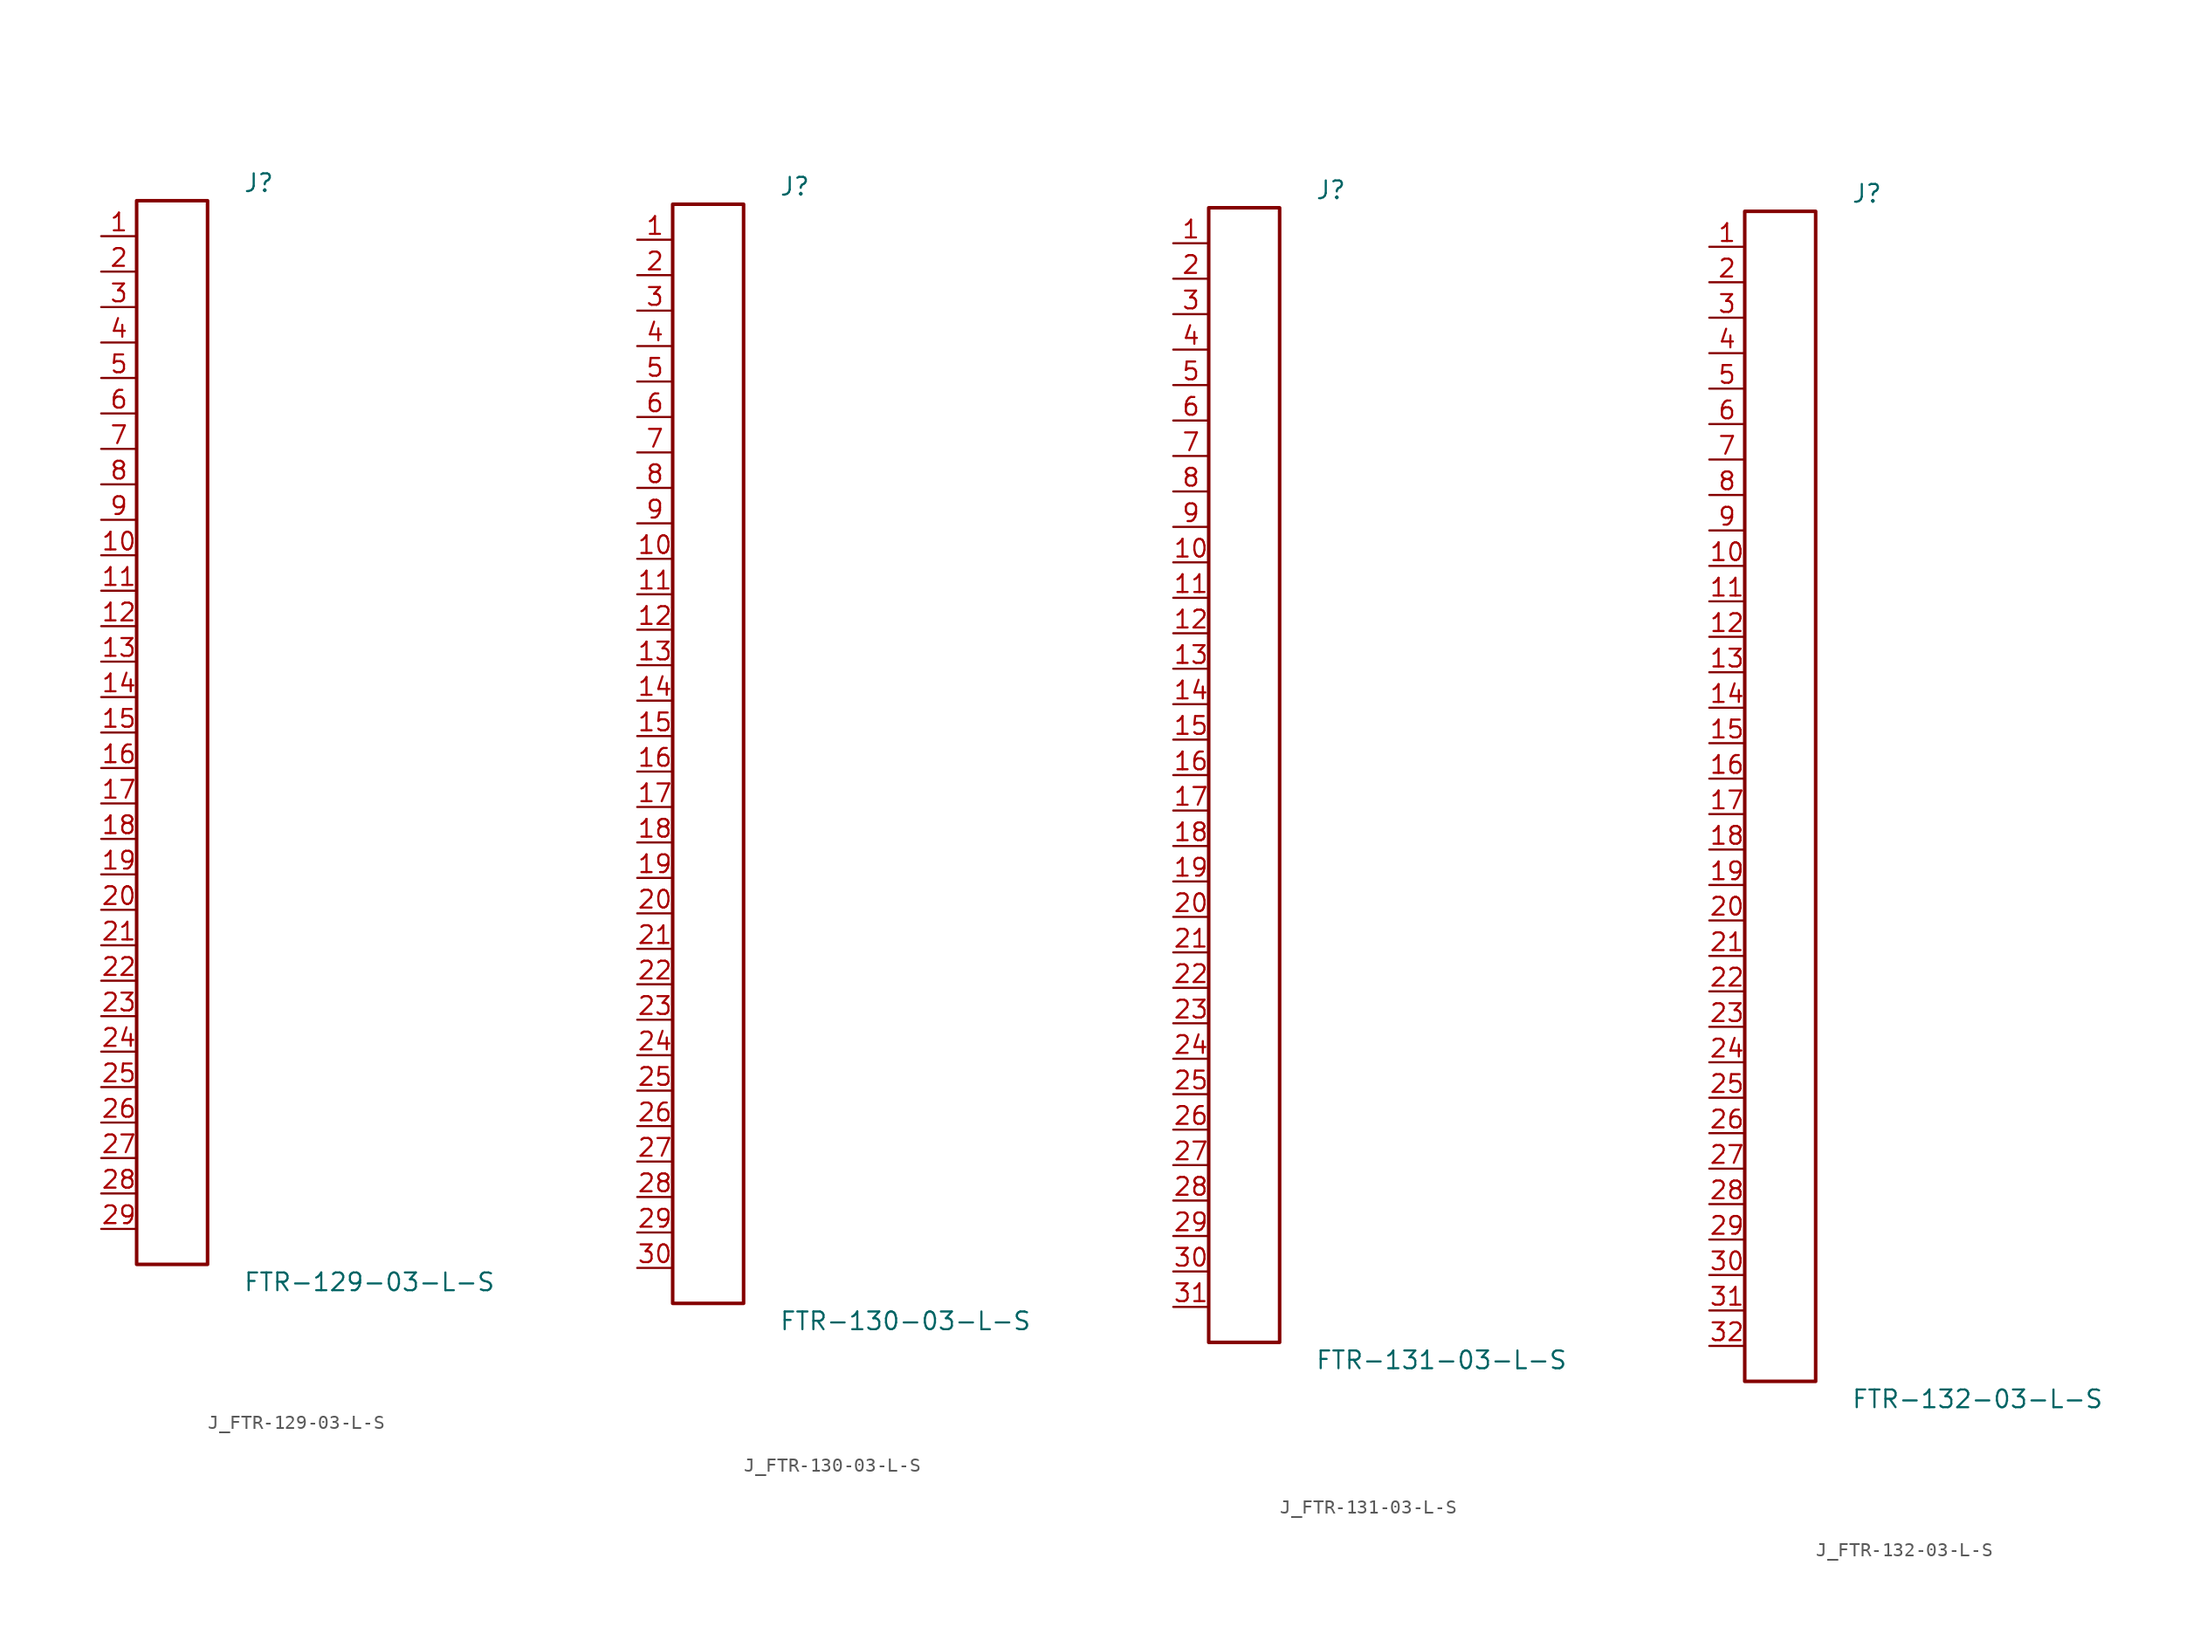
<source format=kicad_sym>
(kicad_symbol_lib
  (version 20231120)
  (generator kicad_symbol_editor)
  (generator_version 8.0)
  (symbol "J_FTR-129-03-L-S"
    (pin_names
      (offset 0.254))
    (property "Reference" "J"
      (at 5.08 39.37 0)
      (effects (font (size 1.27 1.27)) (justify left)))
    (property "Value" "FTR-129-03-L-S"
      (at 5.08 -39.37 0)
      (effects (font (size 1.27 1.27)) (justify left)))
    (symbol "J_FTR-129-03-L-S_0_0"
      (pin unspecified line (at -5.08 35.56 0) (length 2.54) (name "" (effects (font (size 1.27 1.27)))) (number "1" (effects (font (size 1.27 1.27)))))
      (pin unspecified line (at -5.08 33.02 0) (length 2.54) (name "" (effects (font (size 1.27 1.27)))) (number "2" (effects (font (size 1.27 1.27)))))
      (pin unspecified line (at -5.08 30.48 0) (length 2.54) (name "" (effects (font (size 1.27 1.27)))) (number "3" (effects (font (size 1.27 1.27)))))
      (pin unspecified line (at -5.08 27.94 0) (length 2.54) (name "" (effects (font (size 1.27 1.27)))) (number "4" (effects (font (size 1.27 1.27)))))
      (pin unspecified line (at -5.08 25.4 0) (length 2.54) (name "" (effects (font (size 1.27 1.27)))) (number "5" (effects (font (size 1.27 1.27)))))
      (pin unspecified line (at -5.08 22.86 0) (length 2.54) (name "" (effects (font (size 1.27 1.27)))) (number "6" (effects (font (size 1.27 1.27)))))
      (pin unspecified line (at -5.08 20.32 0) (length 2.54) (name "" (effects (font (size 1.27 1.27)))) (number "7" (effects (font (size 1.27 1.27)))))
      (pin unspecified line (at -5.08 17.78 0) (length 2.54) (name "" (effects (font (size 1.27 1.27)))) (number "8" (effects (font (size 1.27 1.27)))))
      (pin unspecified line (at -5.08 15.24 0) (length 2.54) (name "" (effects (font (size 1.27 1.27)))) (number "9" (effects (font (size 1.27 1.27)))))
      (pin unspecified line (at -5.08 12.7 0) (length 2.54) (name "" (effects (font (size 1.27 1.27)))) (number "10" (effects (font (size 1.27 1.27)))))
      (pin unspecified line (at -5.08 10.16 0) (length 2.54) (name "" (effects (font (size 1.27 1.27)))) (number "11" (effects (font (size 1.27 1.27)))))
      (pin unspecified line (at -5.08 7.62 0) (length 2.54) (name "" (effects (font (size 1.27 1.27)))) (number "12" (effects (font (size 1.27 1.27)))))
      (pin unspecified line (at -5.08 5.08 0) (length 2.54) (name "" (effects (font (size 1.27 1.27)))) (number "13" (effects (font (size 1.27 1.27)))))
      (pin unspecified line (at -5.08 2.54 0) (length 2.54) (name "" (effects (font (size 1.27 1.27)))) (number "14" (effects (font (size 1.27 1.27)))))
      (pin unspecified line (at -5.08 0.0 0) (length 2.54) (name "" (effects (font (size 1.27 1.27)))) (number "15" (effects (font (size 1.27 1.27)))))
      (pin unspecified line (at -5.08 -2.54 0) (length 2.54) (name "" (effects (font (size 1.27 1.27)))) (number "16" (effects (font (size 1.27 1.27)))))
      (pin unspecified line (at -5.08 -5.08 0) (length 2.54) (name "" (effects (font (size 1.27 1.27)))) (number "17" (effects (font (size 1.27 1.27)))))
      (pin unspecified line (at -5.08 -7.62 0) (length 2.54) (name "" (effects (font (size 1.27 1.27)))) (number "18" (effects (font (size 1.27 1.27)))))
      (pin unspecified line (at -5.08 -10.16 0) (length 2.54) (name "" (effects (font (size 1.27 1.27)))) (number "19" (effects (font (size 1.27 1.27)))))
      (pin unspecified line (at -5.08 -12.7 0) (length 2.54) (name "" (effects (font (size 1.27 1.27)))) (number "20" (effects (font (size 1.27 1.27)))))
      (pin unspecified line (at -5.08 -15.24 0) (length 2.54) (name "" (effects (font (size 1.27 1.27)))) (number "21" (effects (font (size 1.27 1.27)))))
      (pin unspecified line (at -5.08 -17.78 0) (length 2.54) (name "" (effects (font (size 1.27 1.27)))) (number "22" (effects (font (size 1.27 1.27)))))
      (pin unspecified line (at -5.08 -20.32 0) (length 2.54) (name "" (effects (font (size 1.27 1.27)))) (number "23" (effects (font (size 1.27 1.27)))))
      (pin unspecified line (at -5.08 -22.86 0) (length 2.54) (name "" (effects (font (size 1.27 1.27)))) (number "24" (effects (font (size 1.27 1.27)))))
      (pin unspecified line (at -5.08 -25.4 0) (length 2.54) (name "" (effects (font (size 1.27 1.27)))) (number "25" (effects (font (size 1.27 1.27)))))
      (pin unspecified line (at -5.08 -27.94 0) (length 2.54) (name "" (effects (font (size 1.27 1.27)))) (number "26" (effects (font (size 1.27 1.27)))))
      (pin unspecified line (at -5.08 -30.48 0) (length 2.54) (name "" (effects (font (size 1.27 1.27)))) (number "27" (effects (font (size 1.27 1.27)))))
      (pin unspecified line (at -5.08 -33.02 0) (length 2.54) (name "" (effects (font (size 1.27 1.27)))) (number "28" (effects (font (size 1.27 1.27)))))
      (pin unspecified line (at -5.08 -35.56 0) (length 2.54) (name "" (effects (font (size 1.27 1.27)))) (number "29" (effects (font (size 1.27 1.27))))))
    (symbol "J_FTR-129-03-L-S_1_0"
      (rectangle (start -2.54 38.1) (end 2.54 -38.1) (stroke (width 0.254) (type solid)) (fill (type none)))))
  (symbol "J_FTR-130-03-L-S"
    (pin_names
      (offset 0.254))
    (property "Reference" "J"
      (at 5.08 40.64 0)
      (effects (font (size 1.27 1.27)) (justify left)))
    (property "Value" "FTR-130-03-L-S"
      (at 5.08 -40.64 0)
      (effects (font (size 1.27 1.27)) (justify left)))
    (symbol "J_FTR-130-03-L-S_0_0"
      (pin unspecified line (at -5.08 36.83 0) (length 2.54) (name "" (effects (font (size 1.27 1.27)))) (number "1" (effects (font (size 1.27 1.27)))))
      (pin unspecified line (at -5.08 34.29 0) (length 2.54) (name "" (effects (font (size 1.27 1.27)))) (number "2" (effects (font (size 1.27 1.27)))))
      (pin unspecified line (at -5.08 31.75 0) (length 2.54) (name "" (effects (font (size 1.27 1.27)))) (number "3" (effects (font (size 1.27 1.27)))))
      (pin unspecified line (at -5.08 29.21 0) (length 2.54) (name "" (effects (font (size 1.27 1.27)))) (number "4" (effects (font (size 1.27 1.27)))))
      (pin unspecified line (at -5.08 26.67 0) (length 2.54) (name "" (effects (font (size 1.27 1.27)))) (number "5" (effects (font (size 1.27 1.27)))))
      (pin unspecified line (at -5.08 24.13 0) (length 2.54) (name "" (effects (font (size 1.27 1.27)))) (number "6" (effects (font (size 1.27 1.27)))))
      (pin unspecified line (at -5.08 21.59 0) (length 2.54) (name "" (effects (font (size 1.27 1.27)))) (number "7" (effects (font (size 1.27 1.27)))))
      (pin unspecified line (at -5.08 19.05 0) (length 2.54) (name "" (effects (font (size 1.27 1.27)))) (number "8" (effects (font (size 1.27 1.27)))))
      (pin unspecified line (at -5.08 16.51 0) (length 2.54) (name "" (effects (font (size 1.27 1.27)))) (number "9" (effects (font (size 1.27 1.27)))))
      (pin unspecified line (at -5.08 13.97 0) (length 2.54) (name "" (effects (font (size 1.27 1.27)))) (number "10" (effects (font (size 1.27 1.27)))))
      (pin unspecified line (at -5.08 11.43 0) (length 2.54) (name "" (effects (font (size 1.27 1.27)))) (number "11" (effects (font (size 1.27 1.27)))))
      (pin unspecified line (at -5.08 8.89 0) (length 2.54) (name "" (effects (font (size 1.27 1.27)))) (number "12" (effects (font (size 1.27 1.27)))))
      (pin unspecified line (at -5.08 6.35 0) (length 2.54) (name "" (effects (font (size 1.27 1.27)))) (number "13" (effects (font (size 1.27 1.27)))))
      (pin unspecified line (at -5.08 3.81 0) (length 2.54) (name "" (effects (font (size 1.27 1.27)))) (number "14" (effects (font (size 1.27 1.27)))))
      (pin unspecified line (at -5.08 1.27 0) (length 2.54) (name "" (effects (font (size 1.27 1.27)))) (number "15" (effects (font (size 1.27 1.27)))))
      (pin unspecified line (at -5.08 -1.27 0) (length 2.54) (name "" (effects (font (size 1.27 1.27)))) (number "16" (effects (font (size 1.27 1.27)))))
      (pin unspecified line (at -5.08 -3.81 0) (length 2.54) (name "" (effects (font (size 1.27 1.27)))) (number "17" (effects (font (size 1.27 1.27)))))
      (pin unspecified line (at -5.08 -6.35 0) (length 2.54) (name "" (effects (font (size 1.27 1.27)))) (number "18" (effects (font (size 1.27 1.27)))))
      (pin unspecified line (at -5.08 -8.89 0) (length 2.54) (name "" (effects (font (size 1.27 1.27)))) (number "19" (effects (font (size 1.27 1.27)))))
      (pin unspecified line (at -5.08 -11.43 0) (length 2.54) (name "" (effects (font (size 1.27 1.27)))) (number "20" (effects (font (size 1.27 1.27)))))
      (pin unspecified line (at -5.08 -13.97 0) (length 2.54) (name "" (effects (font (size 1.27 1.27)))) (number "21" (effects (font (size 1.27 1.27)))))
      (pin unspecified line (at -5.08 -16.51 0) (length 2.54) (name "" (effects (font (size 1.27 1.27)))) (number "22" (effects (font (size 1.27 1.27)))))
      (pin unspecified line (at -5.08 -19.05 0) (length 2.54) (name "" (effects (font (size 1.27 1.27)))) (number "23" (effects (font (size 1.27 1.27)))))
      (pin unspecified line (at -5.08 -21.59 0) (length 2.54) (name "" (effects (font (size 1.27 1.27)))) (number "24" (effects (font (size 1.27 1.27)))))
      (pin unspecified line (at -5.08 -24.13 0) (length 2.54) (name "" (effects (font (size 1.27 1.27)))) (number "25" (effects (font (size 1.27 1.27)))))
      (pin unspecified line (at -5.08 -26.67 0) (length 2.54) (name "" (effects (font (size 1.27 1.27)))) (number "26" (effects (font (size 1.27 1.27)))))
      (pin unspecified line (at -5.08 -29.21 0) (length 2.54) (name "" (effects (font (size 1.27 1.27)))) (number "27" (effects (font (size 1.27 1.27)))))
      (pin unspecified line (at -5.08 -31.75 0) (length 2.54) (name "" (effects (font (size 1.27 1.27)))) (number "28" (effects (font (size 1.27 1.27)))))
      (pin unspecified line (at -5.08 -34.29 0) (length 2.54) (name "" (effects (font (size 1.27 1.27)))) (number "29" (effects (font (size 1.27 1.27)))))
      (pin unspecified line (at -5.08 -36.83 0) (length 2.54) (name "" (effects (font (size 1.27 1.27)))) (number "30" (effects (font (size 1.27 1.27))))))
    (symbol "J_FTR-130-03-L-S_1_0"
      (rectangle (start -2.54 39.37) (end 2.54 -39.37) (stroke (width 0.254) (type solid)) (fill (type none)))))
  (symbol "J_FTR-131-03-L-S"
    (pin_names
      (offset 0.254))
    (property "Reference" "J"
      (at 5.08 41.91 0)
      (effects (font (size 1.27 1.27)) (justify left)))
    (property "Value" "FTR-131-03-L-S"
      (at 5.08 -41.91 0)
      (effects (font (size 1.27 1.27)) (justify left)))
    (symbol "J_FTR-131-03-L-S_0_0"
      (pin unspecified line (at -5.08 38.1 0) (length 2.54) (name "" (effects (font (size 1.27 1.27)))) (number "1" (effects (font (size 1.27 1.27)))))
      (pin unspecified line (at -5.08 35.56 0) (length 2.54) (name "" (effects (font (size 1.27 1.27)))) (number "2" (effects (font (size 1.27 1.27)))))
      (pin unspecified line (at -5.08 33.02 0) (length 2.54) (name "" (effects (font (size 1.27 1.27)))) (number "3" (effects (font (size 1.27 1.27)))))
      (pin unspecified line (at -5.08 30.48 0) (length 2.54) (name "" (effects (font (size 1.27 1.27)))) (number "4" (effects (font (size 1.27 1.27)))))
      (pin unspecified line (at -5.08 27.94 0) (length 2.54) (name "" (effects (font (size 1.27 1.27)))) (number "5" (effects (font (size 1.27 1.27)))))
      (pin unspecified line (at -5.08 25.4 0) (length 2.54) (name "" (effects (font (size 1.27 1.27)))) (number "6" (effects (font (size 1.27 1.27)))))
      (pin unspecified line (at -5.08 22.86 0) (length 2.54) (name "" (effects (font (size 1.27 1.27)))) (number "7" (effects (font (size 1.27 1.27)))))
      (pin unspecified line (at -5.08 20.32 0) (length 2.54) (name "" (effects (font (size 1.27 1.27)))) (number "8" (effects (font (size 1.27 1.27)))))
      (pin unspecified line (at -5.08 17.78 0) (length 2.54) (name "" (effects (font (size 1.27 1.27)))) (number "9" (effects (font (size 1.27 1.27)))))
      (pin unspecified line (at -5.08 15.24 0) (length 2.54) (name "" (effects (font (size 1.27 1.27)))) (number "10" (effects (font (size 1.27 1.27)))))
      (pin unspecified line (at -5.08 12.7 0) (length 2.54) (name "" (effects (font (size 1.27 1.27)))) (number "11" (effects (font (size 1.27 1.27)))))
      (pin unspecified line (at -5.08 10.16 0) (length 2.54) (name "" (effects (font (size 1.27 1.27)))) (number "12" (effects (font (size 1.27 1.27)))))
      (pin unspecified line (at -5.08 7.62 0) (length 2.54) (name "" (effects (font (size 1.27 1.27)))) (number "13" (effects (font (size 1.27 1.27)))))
      (pin unspecified line (at -5.08 5.08 0) (length 2.54) (name "" (effects (font (size 1.27 1.27)))) (number "14" (effects (font (size 1.27 1.27)))))
      (pin unspecified line (at -5.08 2.54 0) (length 2.54) (name "" (effects (font (size 1.27 1.27)))) (number "15" (effects (font (size 1.27 1.27)))))
      (pin unspecified line (at -5.08 0.0 0) (length 2.54) (name "" (effects (font (size 1.27 1.27)))) (number "16" (effects (font (size 1.27 1.27)))))
      (pin unspecified line (at -5.08 -2.54 0) (length 2.54) (name "" (effects (font (size 1.27 1.27)))) (number "17" (effects (font (size 1.27 1.27)))))
      (pin unspecified line (at -5.08 -5.08 0) (length 2.54) (name "" (effects (font (size 1.27 1.27)))) (number "18" (effects (font (size 1.27 1.27)))))
      (pin unspecified line (at -5.08 -7.62 0) (length 2.54) (name "" (effects (font (size 1.27 1.27)))) (number "19" (effects (font (size 1.27 1.27)))))
      (pin unspecified line (at -5.08 -10.16 0) (length 2.54) (name "" (effects (font (size 1.27 1.27)))) (number "20" (effects (font (size 1.27 1.27)))))
      (pin unspecified line (at -5.08 -12.7 0) (length 2.54) (name "" (effects (font (size 1.27 1.27)))) (number "21" (effects (font (size 1.27 1.27)))))
      (pin unspecified line (at -5.08 -15.24 0) (length 2.54) (name "" (effects (font (size 1.27 1.27)))) (number "22" (effects (font (size 1.27 1.27)))))
      (pin unspecified line (at -5.08 -17.78 0) (length 2.54) (name "" (effects (font (size 1.27 1.27)))) (number "23" (effects (font (size 1.27 1.27)))))
      (pin unspecified line (at -5.08 -20.32 0) (length 2.54) (name "" (effects (font (size 1.27 1.27)))) (number "24" (effects (font (size 1.27 1.27)))))
      (pin unspecified line (at -5.08 -22.86 0) (length 2.54) (name "" (effects (font (size 1.27 1.27)))) (number "25" (effects (font (size 1.27 1.27)))))
      (pin unspecified line (at -5.08 -25.4 0) (length 2.54) (name "" (effects (font (size 1.27 1.27)))) (number "26" (effects (font (size 1.27 1.27)))))
      (pin unspecified line (at -5.08 -27.94 0) (length 2.54) (name "" (effects (font (size 1.27 1.27)))) (number "27" (effects (font (size 1.27 1.27)))))
      (pin unspecified line (at -5.08 -30.48 0) (length 2.54) (name "" (effects (font (size 1.27 1.27)))) (number "28" (effects (font (size 1.27 1.27)))))
      (pin unspecified line (at -5.08 -33.02 0) (length 2.54) (name "" (effects (font (size 1.27 1.27)))) (number "29" (effects (font (size 1.27 1.27)))))
      (pin unspecified line (at -5.08 -35.56 0) (length 2.54) (name "" (effects (font (size 1.27 1.27)))) (number "30" (effects (font (size 1.27 1.27)))))
      (pin unspecified line (at -5.08 -38.1 0) (length 2.54) (name "" (effects (font (size 1.27 1.27)))) (number "31" (effects (font (size 1.27 1.27))))))
    (symbol "J_FTR-131-03-L-S_1_0"
      (rectangle (start -2.54 40.64) (end 2.54 -40.64) (stroke (width 0.254) (type solid)) (fill (type none)))))
  (symbol "J_FTR-132-03-L-S"
    (pin_names
      (offset 0.254))
    (property "Reference" "J"
      (at 5.08 43.18 0)
      (effects (font (size 1.27 1.27)) (justify left)))
    (property "Value" "FTR-132-03-L-S"
      (at 5.08 -43.18 0)
      (effects (font (size 1.27 1.27)) (justify left)))
    (symbol "J_FTR-132-03-L-S_0_0"
      (pin unspecified line (at -5.08 39.37 0) (length 2.54) (name "" (effects (font (size 1.27 1.27)))) (number "1" (effects (font (size 1.27 1.27)))))
      (pin unspecified line (at -5.08 36.83 0) (length 2.54) (name "" (effects (font (size 1.27 1.27)))) (number "2" (effects (font (size 1.27 1.27)))))
      (pin unspecified line (at -5.08 34.29 0) (length 2.54) (name "" (effects (font (size 1.27 1.27)))) (number "3" (effects (font (size 1.27 1.27)))))
      (pin unspecified line (at -5.08 31.75 0) (length 2.54) (name "" (effects (font (size 1.27 1.27)))) (number "4" (effects (font (size 1.27 1.27)))))
      (pin unspecified line (at -5.08 29.21 0) (length 2.54) (name "" (effects (font (size 1.27 1.27)))) (number "5" (effects (font (size 1.27 1.27)))))
      (pin unspecified line (at -5.08 26.67 0) (length 2.54) (name "" (effects (font (size 1.27 1.27)))) (number "6" (effects (font (size 1.27 1.27)))))
      (pin unspecified line (at -5.08 24.13 0) (length 2.54) (name "" (effects (font (size 1.27 1.27)))) (number "7" (effects (font (size 1.27 1.27)))))
      (pin unspecified line (at -5.08 21.59 0) (length 2.54) (name "" (effects (font (size 1.27 1.27)))) (number "8" (effects (font (size 1.27 1.27)))))
      (pin unspecified line (at -5.08 19.05 0) (length 2.54) (name "" (effects (font (size 1.27 1.27)))) (number "9" (effects (font (size 1.27 1.27)))))
      (pin unspecified line (at -5.08 16.51 0) (length 2.54) (name "" (effects (font (size 1.27 1.27)))) (number "10" (effects (font (size 1.27 1.27)))))
      (pin unspecified line (at -5.08 13.97 0) (length 2.54) (name "" (effects (font (size 1.27 1.27)))) (number "11" (effects (font (size 1.27 1.27)))))
      (pin unspecified line (at -5.08 11.43 0) (length 2.54) (name "" (effects (font (size 1.27 1.27)))) (number "12" (effects (font (size 1.27 1.27)))))
      (pin unspecified line (at -5.08 8.89 0) (length 2.54) (name "" (effects (font (size 1.27 1.27)))) (number "13" (effects (font (size 1.27 1.27)))))
      (pin unspecified line (at -5.08 6.35 0) (length 2.54) (name "" (effects (font (size 1.27 1.27)))) (number "14" (effects (font (size 1.27 1.27)))))
      (pin unspecified line (at -5.08 3.81 0) (length 2.54) (name "" (effects (font (size 1.27 1.27)))) (number "15" (effects (font (size 1.27 1.27)))))
      (pin unspecified line (at -5.08 1.27 0) (length 2.54) (name "" (effects (font (size 1.27 1.27)))) (number "16" (effects (font (size 1.27 1.27)))))
      (pin unspecified line (at -5.08 -1.27 0) (length 2.54) (name "" (effects (font (size 1.27 1.27)))) (number "17" (effects (font (size 1.27 1.27)))))
      (pin unspecified line (at -5.08 -3.81 0) (length 2.54) (name "" (effects (font (size 1.27 1.27)))) (number "18" (effects (font (size 1.27 1.27)))))
      (pin unspecified line (at -5.08 -6.35 0) (length 2.54) (name "" (effects (font (size 1.27 1.27)))) (number "19" (effects (font (size 1.27 1.27)))))
      (pin unspecified line (at -5.08 -8.89 0) (length 2.54) (name "" (effects (font (size 1.27 1.27)))) (number "20" (effects (font (size 1.27 1.27)))))
      (pin unspecified line (at -5.08 -11.43 0) (length 2.54) (name "" (effects (font (size 1.27 1.27)))) (number "21" (effects (font (size 1.27 1.27)))))
      (pin unspecified line (at -5.08 -13.97 0) (length 2.54) (name "" (effects (font (size 1.27 1.27)))) (number "22" (effects (font (size 1.27 1.27)))))
      (pin unspecified line (at -5.08 -16.51 0) (length 2.54) (name "" (effects (font (size 1.27 1.27)))) (number "23" (effects (font (size 1.27 1.27)))))
      (pin unspecified line (at -5.08 -19.05 0) (length 2.54) (name "" (effects (font (size 1.27 1.27)))) (number "24" (effects (font (size 1.27 1.27)))))
      (pin unspecified line (at -5.08 -21.59 0) (length 2.54) (name "" (effects (font (size 1.27 1.27)))) (number "25" (effects (font (size 1.27 1.27)))))
      (pin unspecified line (at -5.08 -24.13 0) (length 2.54) (name "" (effects (font (size 1.27 1.27)))) (number "26" (effects (font (size 1.27 1.27)))))
      (pin unspecified line (at -5.08 -26.67 0) (length 2.54) (name "" (effects (font (size 1.27 1.27)))) (number "27" (effects (font (size 1.27 1.27)))))
      (pin unspecified line (at -5.08 -29.21 0) (length 2.54) (name "" (effects (font (size 1.27 1.27)))) (number "28" (effects (font (size 1.27 1.27)))))
      (pin unspecified line (at -5.08 -31.75 0) (length 2.54) (name "" (effects (font (size 1.27 1.27)))) (number "29" (effects (font (size 1.27 1.27)))))
      (pin unspecified line (at -5.08 -34.29 0) (length 2.54) (name "" (effects (font (size 1.27 1.27)))) (number "30" (effects (font (size 1.27 1.27)))))
      (pin unspecified line (at -5.08 -36.83 0) (length 2.54) (name "" (effects (font (size 1.27 1.27)))) (number "31" (effects (font (size 1.27 1.27)))))
      (pin unspecified line (at -5.08 -39.37 0) (length 2.54) (name "" (effects (font (size 1.27 1.27)))) (number "32" (effects (font (size 1.27 1.27))))))
    (symbol "J_FTR-132-03-L-S_1_0"
      (rectangle (start -2.54 41.91) (end 2.54 -41.91) (stroke (width 0.254) (type solid)) (fill (type none))))))
</source>
